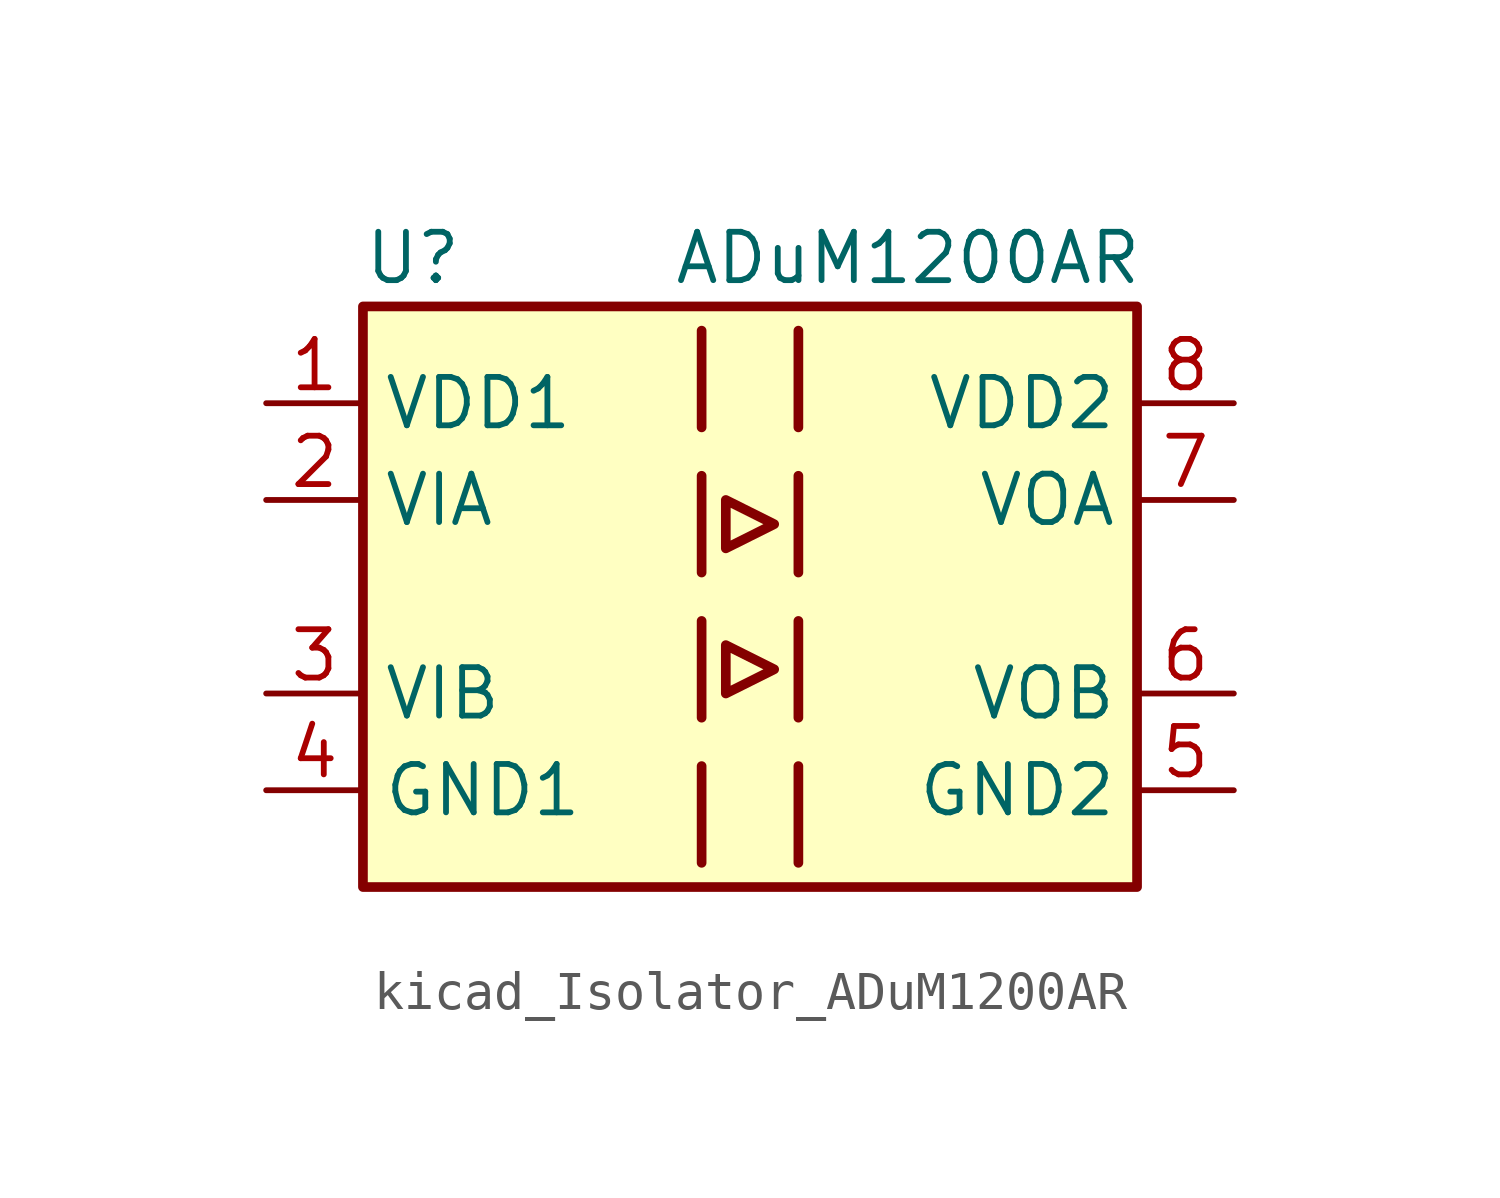
<source format=kicad_sym>
(kicad_symbol_lib
  (version 20220914)
  (generator kicad_symbol_editor)
  (symbol "kicad_Isolator_ADuM1200AR"
    (property "Reference" "U"
      (at -10.16 8.89 0)
      (effects (font (size 1.27 1.27)) (justify left)))
    (property "Value" "ADuM1200AR"
      (at -2.032 8.89 0)
      (effects (font (size 1.27 1.27)) (justify left)))
    (symbol "kicad_Isolator_ADuM1200AR_0_1"
      (rectangle (start -10.16 7.62) (end 10.16 -7.62) (stroke (width 0.254) (type default)) (fill (type background)))
      (polyline (pts (xy -1.27 -4.445) (xy -1.27 -6.985)) (stroke (width 0.254) (type default)) (fill (type none)))
      (polyline (pts (xy -1.27 -0.635) (xy -1.27 -3.175)) (stroke (width 0.254) (type default)) (fill (type none)))
      (polyline (pts (xy -1.27 3.175) (xy -1.27 0.635)) (stroke (width 0.254) (type default)) (fill (type none)))
      (polyline (pts (xy -1.27 6.985) (xy -1.27 4.445)) (stroke (width 0.254) (type default)) (fill (type none)))
      (polyline (pts (xy 1.27 -4.445) (xy 1.27 -6.985)) (stroke (width 0.254) (type default)) (fill (type none)))
      (polyline (pts (xy 1.27 -0.635) (xy 1.27 -3.175)) (stroke (width 0.254) (type default)) (fill (type none)))
      (polyline (pts (xy 1.27 3.175) (xy 1.27 0.635)) (stroke (width 0.254) (type default)) (fill (type none)))
      (polyline (pts (xy 1.27 6.985) (xy 1.27 4.445)) (stroke (width 0.254) (type default)) (fill (type none)))
      (polyline (pts (xy -0.635 -1.27) (xy -0.635 -2.54) (xy 0.635 -1.905) (xy -0.635 -1.27)) (stroke (width 0.254) (type default)) (fill (type none)))
      (polyline (pts (xy -0.635 1.27) (xy 0.635 1.905) (xy -0.635 2.54) (xy -0.635 1.27)) (stroke (width 0.254) (type default)) (fill (type none))))
    (symbol "kicad_Isolator_ADuM1200AR_1_1"
      (pin power_in line (at -12.7 5.08 0) (length 2.54) (name "VDD1" (effects (font (size 1.27 1.27)))) (number "1" (effects (font (size 1.27 1.27)))))
      (pin input line (at -12.7 2.54 0) (length 2.54) (name "VIA" (effects (font (size 1.27 1.27)))) (number "2" (effects (font (size 1.27 1.27)))))
      (pin input line (at -12.7 -2.54 0) (length 2.54) (name "VIB" (effects (font (size 1.27 1.27)))) (number "3" (effects (font (size 1.27 1.27)))))
      (pin power_in line (at -12.7 -5.08 0) (length 2.54) (name "GND1" (effects (font (size 1.27 1.27)))) (number "4" (effects (font (size 1.27 1.27)))))
      (pin power_in line (at 12.7 -5.08 180) (length 2.54) (name "GND2" (effects (font (size 1.27 1.27)))) (number "5" (effects (font (size 1.27 1.27)))))
      (pin output line (at 12.7 -2.54 180) (length 2.54) (name "VOB" (effects (font (size 1.27 1.27)))) (number "6" (effects (font (size 1.27 1.27)))))
      (pin output line (at 12.7 2.54 180) (length 2.54) (name "VOA" (effects (font (size 1.27 1.27)))) (number "7" (effects (font (size 1.27 1.27)))))
      (pin power_in line (at 12.7 5.08 180) (length 2.54) (name "VDD2" (effects (font (size 1.27 1.27)))) (number "8" (effects (font (size 1.27 1.27))))))))
</source>
